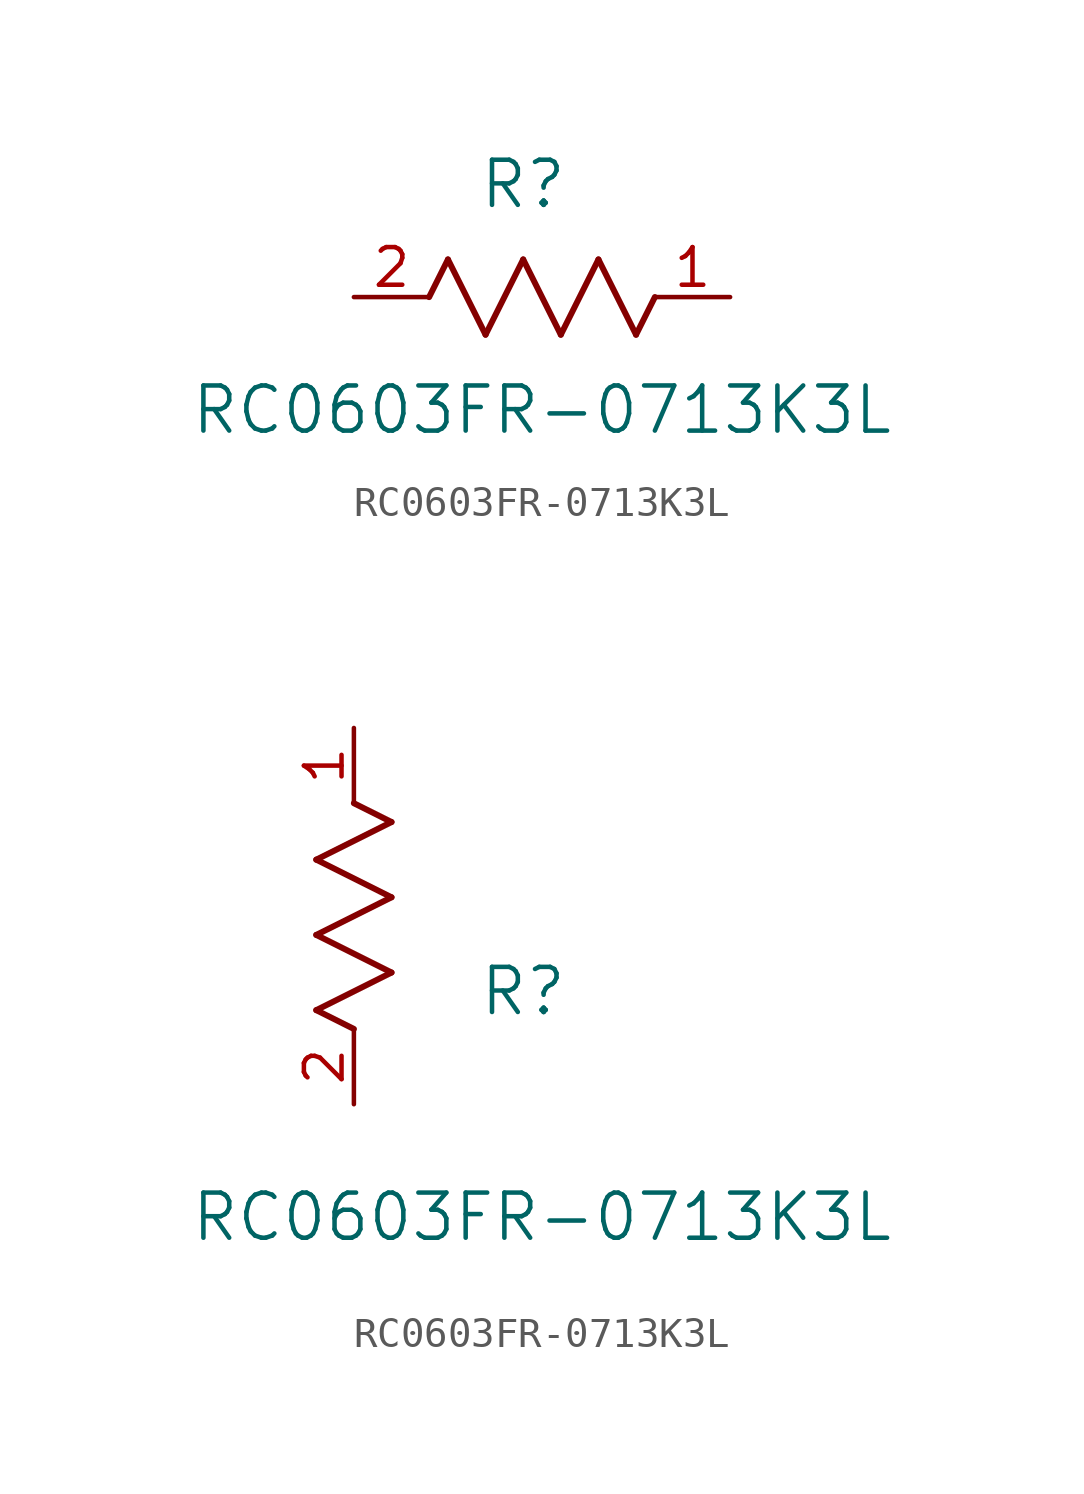
<source format=kicad_sym>
(kicad_symbol_lib
  (version 20211014)
  (generator kicad_symbol_editor)
  (symbol "RC0603FR-0713K3L"
    (pin_names
      (offset 0.254))
    (property "Reference" "R"
      (at 5.715 3.81 0)
      (effects (font (size 1.524 1.524))))
    (property "Value" "RC0603FR-0713K3L"
      (at 6.35 -3.81 0)
      (effects (font (size 1.524 1.524))))
    (symbol "RC0603FR-0713K3L_1_1"
      (polyline (pts (xy 3.175 1.27) (xy 4.445 -1.27)) (stroke (width 0.203) (type default) (color 0 0 0 0)) (fill (type none)))
      (polyline (pts (xy 4.445 -1.27) (xy 5.715 1.27)) (stroke (width 0.203) (type default) (color 0 0 0 0)) (fill (type none)))
      (polyline (pts (xy 5.715 1.27) (xy 6.985 -1.27)) (stroke (width 0.203) (type default) (color 0 0 0 0)) (fill (type none)))
      (polyline (pts (xy 6.985 -1.27) (xy 8.255 1.27)) (stroke (width 0.203) (type default) (color 0 0 0 0)) (fill (type none)))
      (polyline (pts (xy 8.255 1.27) (xy 9.525 -1.27)) (stroke (width 0.203) (type default) (color 0 0 0 0)) (fill (type none)))
      (polyline (pts (xy 2.54 0) (xy 3.175 1.27)) (stroke (width 0.203) (type default) (color 0 0 0 0)) (fill (type none)))
      (polyline (pts (xy 9.525 -1.27) (xy 10.16 0)) (stroke (width 0.203) (type default) (color 0 0 0 0)) (fill (type none)))
      (pin unspecified line (at 12.7 0 180) (length 2.54) (name "" (effects (font (size 1.27 1.27)))) (number "1" (effects (font (size 1.27 1.27)))))
      (pin unspecified line (at 0 0 0) (length 2.54) (name "" (effects (font (size 1.27 1.27)))) (number "2" (effects (font (size 1.27 1.27))))))
    (symbol "RC0603FR-0713K3L_1_2"
      (polyline (pts (xy 0 2.54) (xy -1.27 3.175)) (stroke (width 0.203) (type default) (color 0 0 0 0)) (fill (type none)))
      (polyline (pts (xy -1.27 3.175) (xy 1.27 4.445)) (stroke (width 0.203) (type default) (color 0 0 0 0)) (fill (type none)))
      (polyline (pts (xy 1.27 4.445) (xy -1.27 5.715)) (stroke (width 0.203) (type default) (color 0 0 0 0)) (fill (type none)))
      (polyline (pts (xy -1.27 5.715) (xy 1.27 6.985)) (stroke (width 0.203) (type default) (color 0 0 0 0)) (fill (type none)))
      (polyline (pts (xy -1.27 8.255) (xy 1.27 9.525)) (stroke (width 0.203) (type default) (color 0 0 0 0)) (fill (type none)))
      (polyline (pts (xy 1.27 9.525) (xy 0 10.16)) (stroke (width 0.203) (type default) (color 0 0 0 0)) (fill (type none)))
      (polyline (pts (xy 1.27 6.985) (xy -1.27 8.255)) (stroke (width 0.203) (type default) (color 0 0 0 0)) (fill (type none)))
      (pin unspecified line (at 0 12.7 270) (length 2.54) (name "" (effects (font (size 1.27 1.27)))) (number "1" (effects (font (size 1.27 1.27)))))
      (pin unspecified line (at 0 0 90) (length 2.54) (name "" (effects (font (size 1.27 1.27)))) (number "2" (effects (font (size 1.27 1.27))))))))
</source>
